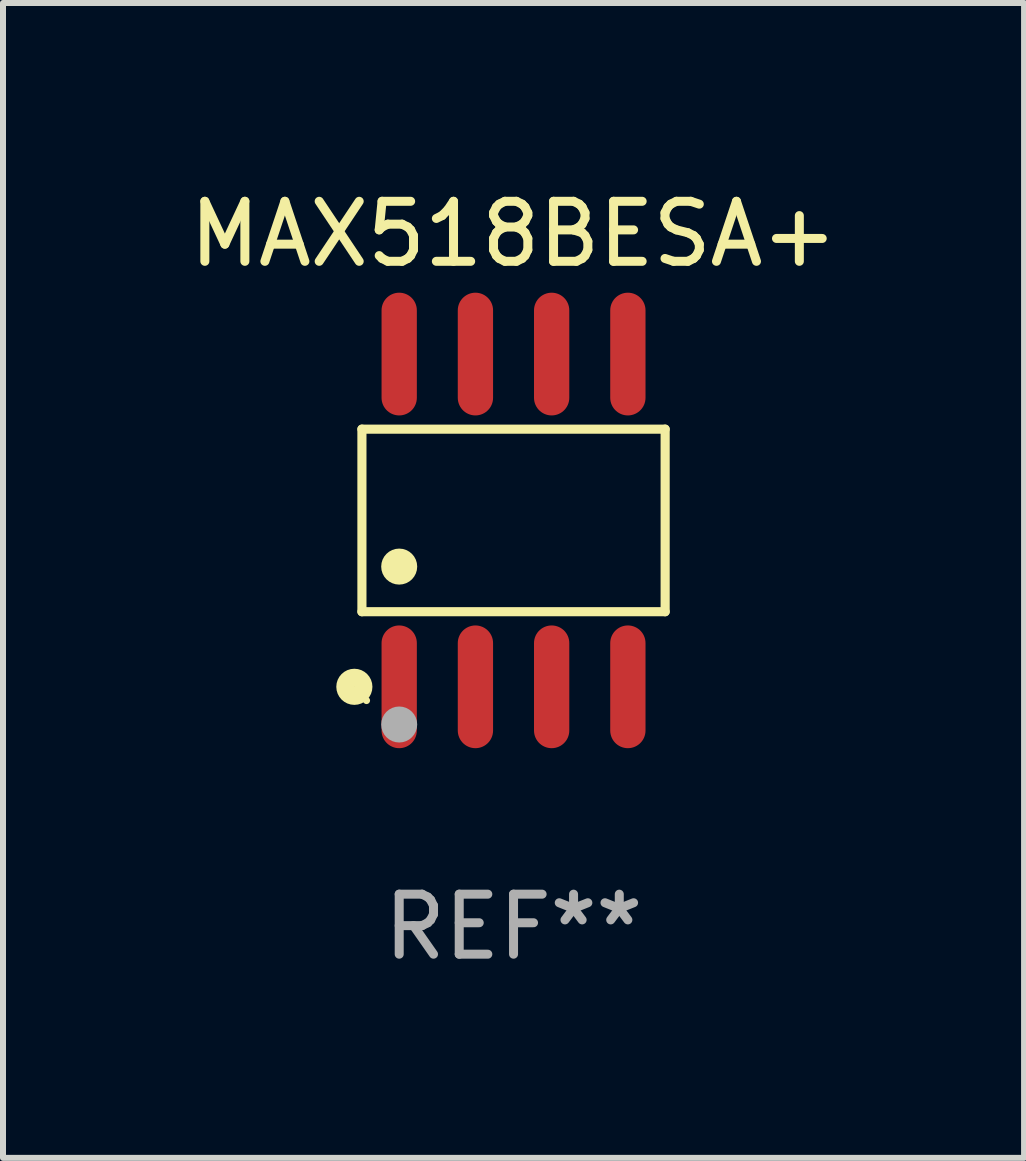
<source format=kicad_pcb>
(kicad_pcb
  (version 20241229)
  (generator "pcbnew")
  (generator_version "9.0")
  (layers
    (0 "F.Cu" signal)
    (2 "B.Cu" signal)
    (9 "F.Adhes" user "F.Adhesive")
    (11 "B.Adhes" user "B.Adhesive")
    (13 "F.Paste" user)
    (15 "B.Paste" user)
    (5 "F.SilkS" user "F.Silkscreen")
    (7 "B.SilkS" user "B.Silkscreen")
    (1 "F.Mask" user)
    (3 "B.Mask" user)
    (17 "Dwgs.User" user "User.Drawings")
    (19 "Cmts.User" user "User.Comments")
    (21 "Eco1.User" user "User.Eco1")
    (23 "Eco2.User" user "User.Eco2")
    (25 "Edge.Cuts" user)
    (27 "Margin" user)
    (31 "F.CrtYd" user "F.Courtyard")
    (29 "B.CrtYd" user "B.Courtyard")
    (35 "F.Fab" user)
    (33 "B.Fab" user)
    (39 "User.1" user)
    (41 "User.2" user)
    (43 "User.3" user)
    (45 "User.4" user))
  (footprint "MAX518BESA+"
    (layer "F.Cu")
    (at 5.506 5.621)
    (property "Reference" "MAX518BESA+" (at 0 -4.772 0) (layer "F.SilkS") (effects (font (size 1 1) (thickness 0.15))))
    (attr through_hole)
    (fp_line (start -2.526 -1.521) (end 2.526 -1.521) (stroke (width 0.152) (type solid)) (layer "F.SilkS"))
    (fp_line (start -2.526 1.521) (end -2.526 -1.521) (stroke (width 0.152) (type solid)) (layer "F.SilkS"))
    (fp_line (start 2.526 -1.521) (end 2.526 1.521) (stroke (width 0.152) (type solid)) (layer "F.SilkS"))
    (fp_line (start 2.526 1.521) (end -2.526 1.521) (stroke (width 0.152) (type solid)) (layer "F.SilkS"))
    (fp_circle (center -2.652 2.772) (end -2.501 2.772) (stroke (width 0.3) (type solid)) (fill no) (layer "F.SilkS"))
    (fp_circle (center -2.45 3) (end -2.42 3) (stroke (width 0.06) (type solid)) (fill no) (layer "F.SilkS"))
    (fp_circle (center -1.905 0.769) (end -1.755 0.769) (stroke (width 0.3) (type solid)) (fill no) (layer "F.SilkS"))
    (fp_circle (center -1.905 3.4) (end -1.755 3.4) (stroke (width 0.3) (type solid)) (fill no) (layer "F.Fab"))
    (fp_text user "REF**" (at 0 6.772 0) (layer "F.Fab") (effects (font (size 1 1) (thickness 0.15))))
    (pad "1" smd oval (at -1.905 2.772) (size 0.588 2.045) (layers "F.Cu" "F.Mask" "F.Paste"))
    (pad "2" smd oval (at -0.635 2.772) (size 0.588 2.045) (layers "F.Cu" "F.Mask" "F.Paste"))
    (pad "3" smd oval (at 0.635 2.772) (size 0.588 2.045) (layers "F.Cu" "F.Mask" "F.Paste"))
    (pad "4" smd oval (at 1.905 2.772) (size 0.588 2.045) (layers "F.Cu" "F.Mask" "F.Paste"))
    (pad "5" smd oval (at 1.905 -2.772) (size 0.588 2.045) (layers "F.Cu" "F.Mask" "F.Paste"))
    (pad "6" smd oval (at 0.635 -2.772) (size 0.588 2.045) (layers "F.Cu" "F.Mask" "F.Paste"))
    (pad "7" smd oval (at -0.635 -2.772) (size 0.588 2.045) (layers "F.Cu" "F.Mask" "F.Paste"))
    (pad "8" smd oval (at -1.905 -2.772) (size 0.588 2.045) (layers "F.Cu" "F.Mask" "F.Paste")))
  (gr_rect
    (start -3 -3)
    (end 14.012 16.241)
    (stroke (width 0.1) (type default))
    (fill no)
    (layer "Edge.Cuts")))
</source>
